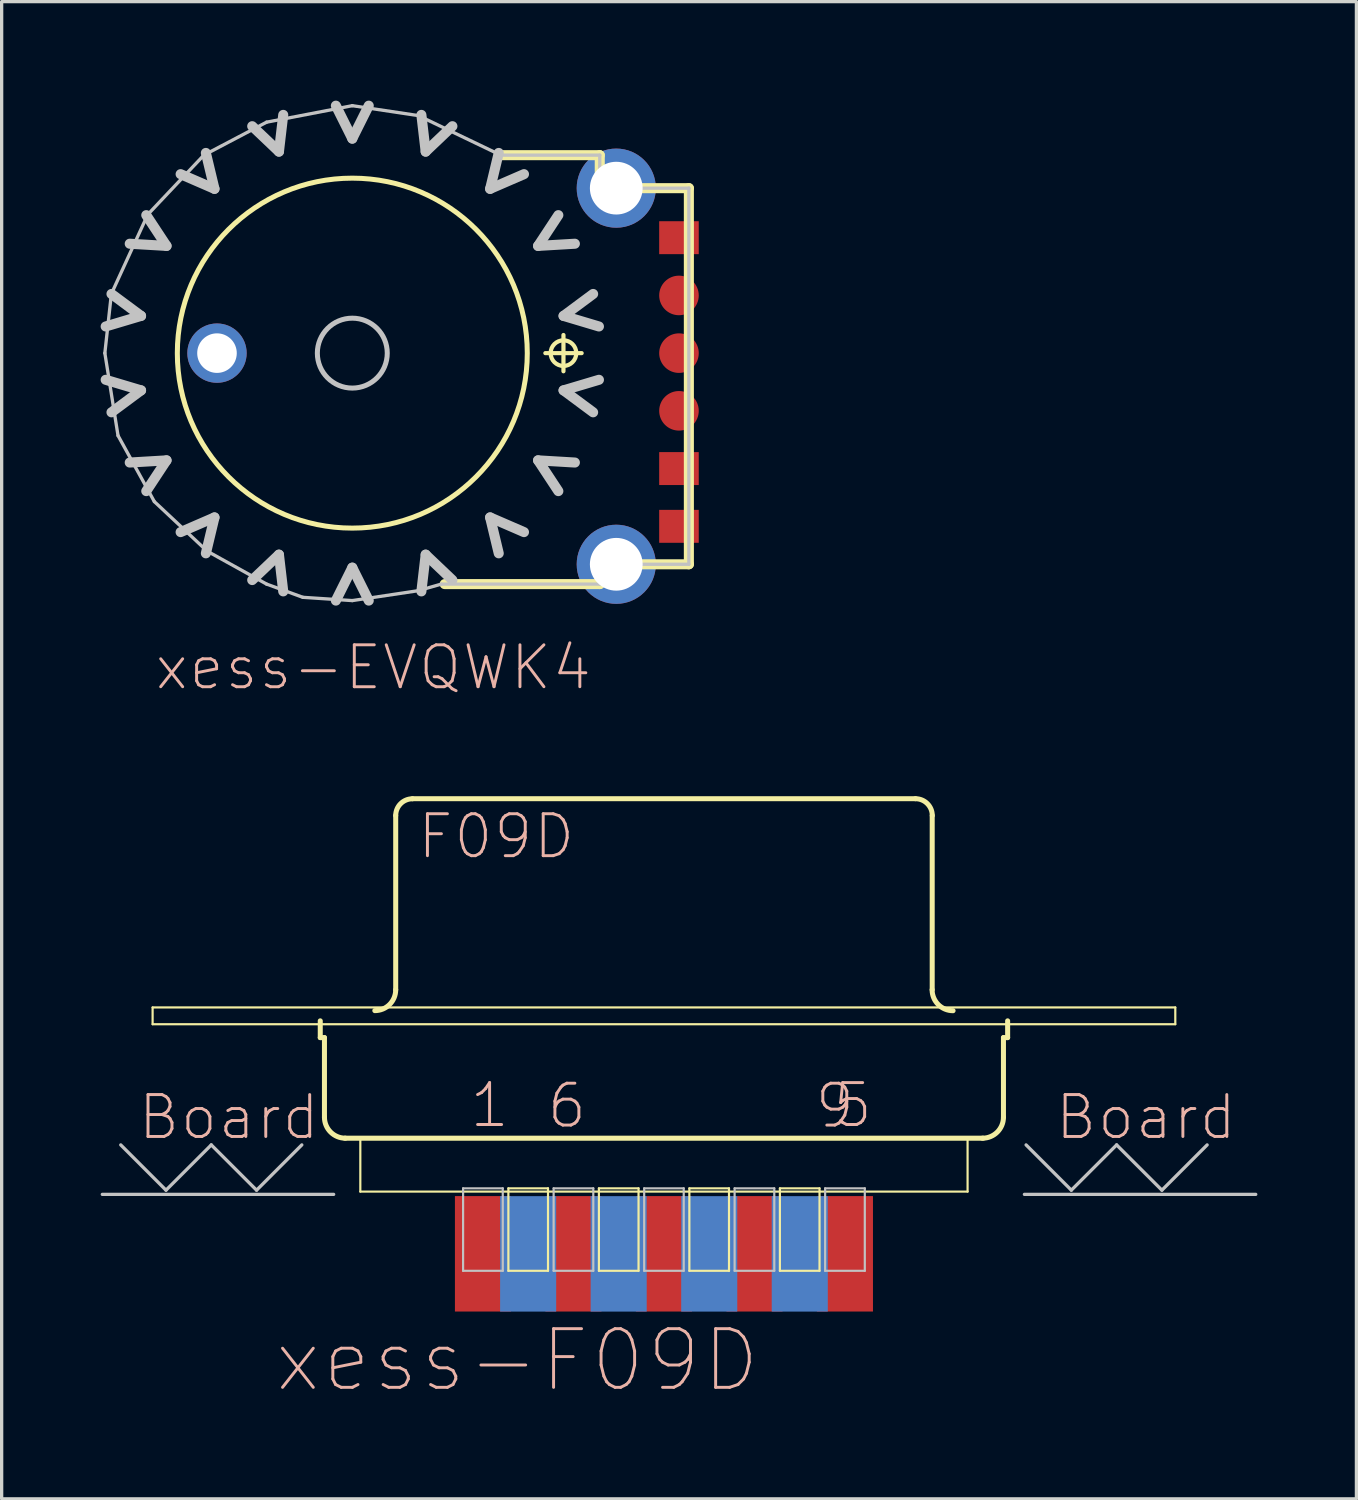
<source format=kicad_pcb>
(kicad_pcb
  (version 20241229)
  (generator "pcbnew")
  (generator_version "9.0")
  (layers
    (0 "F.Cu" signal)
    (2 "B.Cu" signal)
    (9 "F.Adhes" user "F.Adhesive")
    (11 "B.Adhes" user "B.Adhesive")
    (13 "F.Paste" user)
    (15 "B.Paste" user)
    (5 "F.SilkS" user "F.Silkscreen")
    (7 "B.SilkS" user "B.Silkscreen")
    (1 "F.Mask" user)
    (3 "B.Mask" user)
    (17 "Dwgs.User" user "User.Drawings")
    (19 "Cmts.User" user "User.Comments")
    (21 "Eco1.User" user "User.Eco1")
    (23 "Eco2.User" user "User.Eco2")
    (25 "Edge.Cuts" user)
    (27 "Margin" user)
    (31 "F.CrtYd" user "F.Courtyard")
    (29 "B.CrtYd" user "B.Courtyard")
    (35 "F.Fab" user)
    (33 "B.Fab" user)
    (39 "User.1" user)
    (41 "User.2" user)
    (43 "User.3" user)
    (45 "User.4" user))
  (footprint "xess-F09D"
    (layer "F.Cu")
    (at 17.068 28.898)
    (property "Reference" "xess-F09D" (at -4.445 9.271 0) (layer "B.SilkS") (effects (font (size 1.778 1.778) (thickness 0.089))))
    (attr smd)
    (fp_line (start -15.494 -1.422) (end 15.494 -1.422) (stroke (width 0.066) (type solid)) (layer "F.SilkS"))
    (fp_line (start -15.494 -0.914) (end -15.494 -1.422) (stroke (width 0.066) (type solid)) (layer "F.SilkS"))
    (fp_line (start -15.494 -0.914) (end 15.494 -0.914) (stroke (width 0.066) (type solid)) (layer "F.SilkS"))
    (fp_line (start -10.414 -0.508) (end -10.414 -1.016) (stroke (width 0.152) (type solid)) (layer "F.SilkS"))
    (fp_line (start -10.414 -0.508) (end -10.287 -0.508) (stroke (width 0.152) (type solid)) (layer "F.SilkS"))
    (fp_line (start -10.287 1.905) (end -10.287 -0.508) (stroke (width 0.152) (type solid)) (layer "F.SilkS"))
    (fp_line (start -9.67 2.54) (end 9.67 2.54) (stroke (width 0.152) (type solid)) (layer "F.SilkS"))
    (fp_line (start -9.2 2.558) (end 9.2 2.558) (stroke (width 0.066) (type solid)) (layer "F.SilkS"))
    (fp_line (start -9.2 4.158) (end -9.2 2.558) (stroke (width 0.066) (type solid)) (layer "F.SilkS"))
    (fp_line (start -9.2 4.158) (end 9.2 4.158) (stroke (width 0.066) (type solid)) (layer "F.SilkS"))
    (fp_line (start -8.128 -1.958) (end -8.128 -7.236) (stroke (width 0.152) (type solid)) (layer "F.SilkS"))
    (fp_line (start -7.62 -7.747) (end 7.62 -7.747) (stroke (width 0.152) (type solid)) (layer "F.SilkS"))
    (fp_line (start -4.714 4.059) (end -3.513 4.059) (stroke (width 0.066) (type solid)) (layer "F.SilkS"))
    (fp_line (start -4.714 6.558) (end -4.714 4.059) (stroke (width 0.066) (type solid)) (layer "F.SilkS"))
    (fp_line (start -4.714 6.558) (end -3.513 6.558) (stroke (width 0.066) (type solid)) (layer "F.SilkS"))
    (fp_line (start -3.513 6.558) (end -3.513 4.059) (stroke (width 0.066) (type solid)) (layer "F.SilkS"))
    (fp_line (start -1.971 4.059) (end -0.77 4.059) (stroke (width 0.066) (type solid)) (layer "F.SilkS"))
    (fp_line (start -1.971 6.558) (end -1.971 4.059) (stroke (width 0.066) (type solid)) (layer "F.SilkS"))
    (fp_line (start -1.971 6.558) (end -0.77 6.558) (stroke (width 0.066) (type solid)) (layer "F.SilkS"))
    (fp_line (start -0.77 6.558) (end -0.77 4.059) (stroke (width 0.066) (type solid)) (layer "F.SilkS"))
    (fp_line (start 0.77 4.059) (end 1.971 4.059) (stroke (width 0.066) (type solid)) (layer "F.SilkS"))
    (fp_line (start 0.77 6.558) (end 0.77 4.059) (stroke (width 0.066) (type solid)) (layer "F.SilkS"))
    (fp_line (start 0.77 6.558) (end 1.971 6.558) (stroke (width 0.066) (type solid)) (layer "F.SilkS"))
    (fp_line (start 1.971 6.558) (end 1.971 4.059) (stroke (width 0.066) (type solid)) (layer "F.SilkS"))
    (fp_line (start 3.513 4.059) (end 4.714 4.059) (stroke (width 0.066) (type solid)) (layer "F.SilkS"))
    (fp_line (start 3.513 6.558) (end 3.513 4.059) (stroke (width 0.066) (type solid)) (layer "F.SilkS"))
    (fp_line (start 3.513 6.558) (end 4.714 6.558) (stroke (width 0.066) (type solid)) (layer "F.SilkS"))
    (fp_line (start 4.714 6.558) (end 4.714 4.059) (stroke (width 0.066) (type solid)) (layer "F.SilkS"))
    (fp_line (start 8.128 -1.958) (end 8.128 -7.236) (stroke (width 0.152) (type solid)) (layer "F.SilkS"))
    (fp_line (start 9.2 4.158) (end 9.2 2.558) (stroke (width 0.066) (type solid)) (layer "F.SilkS"))
    (fp_line (start 10.287 -0.508) (end 10.414 -0.508) (stroke (width 0.152) (type solid)) (layer "F.SilkS"))
    (fp_line (start 10.287 1.905) (end 10.287 -0.508) (stroke (width 0.152) (type solid)) (layer "F.SilkS"))
    (fp_line (start 10.414 -0.508) (end 10.414 -1.016) (stroke (width 0.152) (type solid)) (layer "F.SilkS"))
    (fp_line (start 15.494 -0.914) (end 15.494 -1.422) (stroke (width 0.066) (type solid)) (layer "F.SilkS"))
    (fp_arc (start -9.652 2.54) (mid -10.101013 2.354013) (end -10.287 1.905) (stroke (width 0.1524) (type solid)) (layer "F.SilkS"))
    (fp_arc (start -8.128 -7.23646) (mid -7.97921 -7.59567) (end -7.62 -7.74446) (stroke (width 0.1524) (type solid)) (layer "F.SilkS"))
    (fp_arc (start -8.128 -1.95834) (mid -8.313243 -1.511123) (end -8.76046 -1.32588) (stroke (width 0.1524) (type solid)) (layer "F.SilkS"))
    (fp_arc (start 7.62 -7.747) (mid 7.981006 -7.597466) (end 8.13054 -7.23646) (stroke (width 0.1524) (type solid)) (layer "F.SilkS"))
    (fp_arc (start 8.76046 -1.32334) (mid 8.311447 -1.509327) (end 8.12546 -1.95834) (stroke (width 0.1524) (type solid)) (layer "F.SilkS"))
    (fp_arc (start 10.287 1.905) (mid 10.101013 2.354013) (end 9.652 2.54) (stroke (width 0.1524) (type solid)) (layer "F.SilkS"))
    (fp_line (start -17.018 4.242) (end -10.008 4.242) (stroke (width 0.1) (type solid)) (layer "Dwgs.User"))
    (fp_line (start -16.459 2.743) (end -15.088 4.115) (stroke (width 0.1) (type solid)) (layer "Dwgs.User"))
    (fp_line (start -15.088 4.115) (end -13.716 2.743) (stroke (width 0.1) (type solid)) (layer "Dwgs.User"))
    (fp_line (start -13.716 2.743) (end -12.344 4.115) (stroke (width 0.1) (type solid)) (layer "Dwgs.User"))
    (fp_line (start -12.344 4.115) (end -10.973 2.743) (stroke (width 0.1) (type solid)) (layer "Dwgs.User"))
    (fp_line (start -6.086 4.059) (end -4.884 4.059) (stroke (width 0.066) (type solid)) (layer "Dwgs.User"))
    (fp_line (start -6.086 6.558) (end -6.086 4.059) (stroke (width 0.066) (type solid)) (layer "Dwgs.User"))
    (fp_line (start -6.086 6.558) (end -4.884 6.558) (stroke (width 0.066) (type solid)) (layer "Dwgs.User"))
    (fp_line (start -4.884 6.558) (end -4.884 4.059) (stroke (width 0.066) (type solid)) (layer "Dwgs.User"))
    (fp_line (start -3.343 4.059) (end -2.141 4.059) (stroke (width 0.066) (type solid)) (layer "Dwgs.User"))
    (fp_line (start -3.343 6.558) (end -3.343 4.059) (stroke (width 0.066) (type solid)) (layer "Dwgs.User"))
    (fp_line (start -3.343 6.558) (end -2.141 6.558) (stroke (width 0.066) (type solid)) (layer "Dwgs.User"))
    (fp_line (start -2.141 6.558) (end -2.141 4.059) (stroke (width 0.066) (type solid)) (layer "Dwgs.User"))
    (fp_line (start -0.599 4.059) (end 0.599 4.059) (stroke (width 0.066) (type solid)) (layer "Dwgs.User"))
    (fp_line (start -0.599 6.558) (end -0.599 4.059) (stroke (width 0.066) (type solid)) (layer "Dwgs.User"))
    (fp_line (start -0.599 6.558) (end 0.599 6.558) (stroke (width 0.066) (type solid)) (layer "Dwgs.User"))
    (fp_line (start 0.599 6.558) (end 0.599 4.059) (stroke (width 0.066) (type solid)) (layer "Dwgs.User"))
    (fp_line (start 2.141 4.059) (end 3.343 4.059) (stroke (width 0.066) (type solid)) (layer "Dwgs.User"))
    (fp_line (start 2.141 6.558) (end 2.141 4.059) (stroke (width 0.066) (type solid)) (layer "Dwgs.User"))
    (fp_line (start 2.141 6.558) (end 3.343 6.558) (stroke (width 0.066) (type solid)) (layer "Dwgs.User"))
    (fp_line (start 3.343 6.558) (end 3.343 4.059) (stroke (width 0.066) (type solid)) (layer "Dwgs.User"))
    (fp_line (start 4.884 4.059) (end 6.086 4.059) (stroke (width 0.066) (type solid)) (layer "Dwgs.User"))
    (fp_line (start 4.884 6.558) (end 4.884 4.059) (stroke (width 0.066) (type solid)) (layer "Dwgs.User"))
    (fp_line (start 4.884 6.558) (end 6.086 6.558) (stroke (width 0.066) (type solid)) (layer "Dwgs.User"))
    (fp_line (start 6.086 6.558) (end 6.086 4.059) (stroke (width 0.066) (type solid)) (layer "Dwgs.User"))
    (fp_line (start 10.922 4.242) (end 17.932 4.242) (stroke (width 0.1) (type solid)) (layer "Dwgs.User"))
    (fp_line (start 10.973 2.743) (end 12.344 4.115) (stroke (width 0.1) (type solid)) (layer "Dwgs.User"))
    (fp_line (start 12.344 4.115) (end 13.716 2.743) (stroke (width 0.1) (type solid)) (layer "Dwgs.User"))
    (fp_line (start 13.716 2.743) (end 15.088 4.115) (stroke (width 0.1) (type solid)) (layer "Dwgs.User"))
    (fp_line (start 15.088 4.115) (end 16.459 2.743) (stroke (width 0.1) (type solid)) (layer "Dwgs.User"))
    (fp_text user "Board" (at 14.605 1.905 0) (layer "B.SilkS") (effects (font (size 1.27 1.27) (thickness 0.089))))
    (fp_text user "9" (at 5.177 1.56 0) (layer "B.SilkS") (effects (font (size 1.27 1.27) (thickness 0.089))))
    (fp_text user "Board " (at -12.7 1.905 0) (layer "B.SilkS") (effects (font (size 1.27 1.27) (thickness 0.089))))
    (fp_text user "1" (at -5.283 1.542 0) (layer "B.SilkS") (effects (font (size 1.27 1.27) (thickness 0.089))))
    (fp_text user "F09D" (at -5.08 -6.604 0) (layer "B.SilkS") (effects (font (size 1.27 1.27) (thickness 0.089))))
    (fp_text user "6" (at -2.941 1.56 0) (layer "B.SilkS") (effects (font (size 1.27 1.27) (thickness 0.089))))
    (fp_text user "5" (at 5.718 1.542 0) (layer "B.SilkS") (effects (font (size 1.27 1.27) (thickness 0.089))))
    (pad "1" smd rect (at -5.484 6.043) (size 1.699 3.498) (layers "F.Cu" "F.Mask" "F.Paste"))
    (pad "2" smd rect (at -2.743 6.043) (size 1.699 3.498) (layers "F.Cu" "F.Mask" "F.Paste"))
    (pad "3" smd rect (at 0 6.043) (size 1.699 3.498) (layers "F.Cu" "F.Mask" "F.Paste"))
    (pad "4" smd rect (at 2.743 6.043) (size 1.699 3.498) (layers "F.Cu" "F.Mask" "F.Paste"))
    (pad "5" smd rect (at 5.484 6.043) (size 1.699 3.498) (layers "F.Cu" "F.Mask" "F.Paste"))
    (pad "6" smd rect (at -4.115 6.045) (size 1.699 3.498) (layers "B.Cu" "B.Mask" "B.Paste"))
    (pad "7" smd rect (at -1.372 6.045) (size 1.699 3.498) (layers "B.Cu" "B.Mask" "B.Paste"))
    (pad "8" smd rect (at 1.372 6.045) (size 1.699 3.498) (layers "B.Cu" "B.Mask" "B.Paste"))
    (pad "9" smd rect (at 4.115 6.045) (size 1.699 3.498) (layers "B.Cu" "B.Mask" "B.Paste")))
  (footprint "xess-EVQWK4"
    (layer "F.Cu")
    (at 7.625 7.65)
    (property "Reference" "xess-EVQWK4" (at 0.635 9.525 0) (layer "B.SilkS") (effects (font (size 1.27 1.27) (thickness 0.089))))
    (attr smd)
    (fp_line (start 4.498 -5.999) (end 7.498 -5.999) (stroke (width 0.305) (type solid)) (layer "F.SilkS"))
    (fp_line (start 5.85 0) (end 6.949 0) (stroke (width 0.127) (type solid)) (layer "F.SilkS"))
    (fp_line (start 6.398 0.549) (end 6.398 -0.549) (stroke (width 0.127) (type solid)) (layer "F.SilkS"))
    (fp_line (start 7.498 -5.999) (end 7.498 -4.999) (stroke (width 0.305) (type solid)) (layer "F.SilkS"))
    (fp_line (start 7.498 -4.999) (end 10.198 -4.999) (stroke (width 0.305) (type solid)) (layer "F.SilkS"))
    (fp_line (start 7.498 6.398) (end 7.498 6.998) (stroke (width 0.305) (type solid)) (layer "F.SilkS"))
    (fp_line (start 7.498 6.998) (end 2.799 6.998) (stroke (width 0.305) (type solid)) (layer "F.SilkS"))
    (fp_line (start 10.198 -4.999) (end 10.198 6.398) (stroke (width 0.305) (type solid)) (layer "F.SilkS"))
    (fp_line (start 10.198 6.398) (end 7.498 6.398) (stroke (width 0.305) (type solid)) (layer "F.SilkS"))
    (fp_circle (center 0 0) (end -3.749 3.749) (stroke (width 0.152) (type solid)) (fill no) (layer "F.SilkS"))
    (fp_circle (center 6.398 0) (end 6.673 0.274) (stroke (width 0.127) (type solid)) (fill no) (layer "F.SilkS"))
    (fp_line (start -7.498 0) (end -7.099 2.499) (stroke (width 0.1) (type solid)) (layer "Dwgs.User"))
    (fp_line (start -7.473 -0.808) (end -6.401 -1.128) (stroke (width 0.305) (type solid)) (layer "Dwgs.User"))
    (fp_line (start -7.3 -1.798) (end -7.498 0) (stroke (width 0.1) (type solid)) (layer "Dwgs.User"))
    (fp_line (start -7.297 1.793) (end -6.401 1.128) (stroke (width 0.305) (type solid)) (layer "Dwgs.User"))
    (fp_line (start -7.099 2.499) (end -5.999 4.498) (stroke (width 0.1) (type solid)) (layer "Dwgs.User"))
    (fp_line (start -6.744 -3.315) (end -5.629 -3.249) (stroke (width 0.305) (type solid)) (layer "Dwgs.User"))
    (fp_line (start -6.401 -1.128) (end -7.297 -1.793) (stroke (width 0.305) (type solid)) (layer "Dwgs.User"))
    (fp_line (start -6.401 1.128) (end -7.473 0.808) (stroke (width 0.305) (type solid)) (layer "Dwgs.User"))
    (fp_line (start -6.243 4.181) (end -5.629 3.249) (stroke (width 0.305) (type solid)) (layer "Dwgs.User"))
    (fp_line (start -6.198 -4.199) (end -7.3 -1.798) (stroke (width 0.1) (type solid)) (layer "Dwgs.User"))
    (fp_line (start -5.999 4.498) (end -4.399 5.999) (stroke (width 0.1) (type solid)) (layer "Dwgs.User"))
    (fp_line (start -5.629 -3.249) (end -6.243 -4.181) (stroke (width 0.305) (type solid)) (layer "Dwgs.User"))
    (fp_line (start -5.629 3.249) (end -6.744 3.315) (stroke (width 0.305) (type solid)) (layer "Dwgs.User"))
    (fp_line (start -5.202 -5.423) (end -4.176 -4.978) (stroke (width 0.305) (type solid)) (layer "Dwgs.User"))
    (fp_line (start -4.498 -5.999) (end -6.198 -4.199) (stroke (width 0.1) (type solid)) (layer "Dwgs.User"))
    (fp_line (start -4.437 6.066) (end -4.176 4.978) (stroke (width 0.305) (type solid)) (layer "Dwgs.User"))
    (fp_line (start -4.399 5.999) (end -2.598 6.998) (stroke (width 0.1) (type solid)) (layer "Dwgs.User"))
    (fp_line (start -4.176 -4.978) (end -4.437 -6.066) (stroke (width 0.305) (type solid)) (layer "Dwgs.User"))
    (fp_line (start -4.176 4.978) (end -5.202 5.423) (stroke (width 0.305) (type solid)) (layer "Dwgs.User"))
    (fp_line (start -3.033 -6.876) (end -2.223 -6.106) (stroke (width 0.305) (type solid)) (layer "Dwgs.User"))
    (fp_line (start -2.598 -6.998) (end -4.498 -5.999) (stroke (width 0.1) (type solid)) (layer "Dwgs.User"))
    (fp_line (start -2.598 6.998) (end -1.499 7.399) (stroke (width 0.1) (type solid)) (layer "Dwgs.User"))
    (fp_line (start -2.223 -6.106) (end -2.093 -7.219) (stroke (width 0.305) (type solid)) (layer "Dwgs.User"))
    (fp_line (start -2.223 6.106) (end -3.033 6.876) (stroke (width 0.305) (type solid)) (layer "Dwgs.User"))
    (fp_line (start -2.093 7.219) (end -2.223 6.106) (stroke (width 0.305) (type solid)) (layer "Dwgs.User"))
    (fp_line (start -1.499 7.399) (end 0 7.498) (stroke (width 0.1) (type solid)) (layer "Dwgs.User"))
    (fp_line (start -0.498 -7.498) (end 0 -6.5) (stroke (width 0.305) (type solid)) (layer "Dwgs.User"))
    (fp_line (start 0 -7.498) (end -2.598 -6.998) (stroke (width 0.1) (type solid)) (layer "Dwgs.User"))
    (fp_line (start 0 -6.5) (end 0.498 -7.498) (stroke (width 0.305) (type solid)) (layer "Dwgs.User"))
    (fp_line (start 0 6.5) (end -0.498 7.498) (stroke (width 0.305) (type solid)) (layer "Dwgs.User"))
    (fp_line (start 0 7.498) (end 1.999 7.198) (stroke (width 0.1) (type solid)) (layer "Dwgs.User"))
    (fp_line (start 0.498 7.498) (end 0 6.5) (stroke (width 0.305) (type solid)) (layer "Dwgs.User"))
    (fp_line (start 1.999 -7.198) (end 0 -7.498) (stroke (width 0.1) (type solid)) (layer "Dwgs.User"))
    (fp_line (start 1.999 7.198) (end 2.697 6.998) (stroke (width 0.1) (type solid)) (layer "Dwgs.User"))
    (fp_line (start 2.093 -7.219) (end 2.223 -6.106) (stroke (width 0.305) (type solid)) (layer "Dwgs.User"))
    (fp_line (start 2.223 -6.106) (end 3.033 -6.876) (stroke (width 0.305) (type solid)) (layer "Dwgs.User"))
    (fp_line (start 2.223 6.106) (end 2.093 7.219) (stroke (width 0.305) (type solid)) (layer "Dwgs.User"))
    (fp_line (start 2.697 6.998) (end 7.498 6.998) (stroke (width 0.1) (type solid)) (layer "Dwgs.User"))
    (fp_line (start 3.033 6.876) (end 2.223 6.106) (stroke (width 0.305) (type solid)) (layer "Dwgs.User"))
    (fp_line (start 4.176 -4.978) (end 5.202 -5.423) (stroke (width 0.305) (type solid)) (layer "Dwgs.User"))
    (fp_line (start 4.176 4.978) (end 4.437 6.066) (stroke (width 0.305) (type solid)) (layer "Dwgs.User"))
    (fp_line (start 4.437 -6.066) (end 4.176 -4.978) (stroke (width 0.305) (type solid)) (layer "Dwgs.User"))
    (fp_line (start 4.498 -5.999) (end 1.999 -7.198) (stroke (width 0.1) (type solid)) (layer "Dwgs.User"))
    (fp_line (start 5.202 5.423) (end 4.176 4.978) (stroke (width 0.305) (type solid)) (layer "Dwgs.User"))
    (fp_line (start 5.629 -3.249) (end 6.744 -3.315) (stroke (width 0.305) (type solid)) (layer "Dwgs.User"))
    (fp_line (start 5.629 3.249) (end 6.243 4.181) (stroke (width 0.305) (type solid)) (layer "Dwgs.User"))
    (fp_line (start 6.243 -4.181) (end 5.629 -3.249) (stroke (width 0.305) (type solid)) (layer "Dwgs.User"))
    (fp_line (start 6.401 -1.128) (end 7.473 -0.808) (stroke (width 0.305) (type solid)) (layer "Dwgs.User"))
    (fp_line (start 6.401 1.128) (end 7.297 1.793) (stroke (width 0.305) (type solid)) (layer "Dwgs.User"))
    (fp_line (start 6.744 3.315) (end 5.629 3.249) (stroke (width 0.305) (type solid)) (layer "Dwgs.User"))
    (fp_line (start 7.297 -1.793) (end 6.401 -1.128) (stroke (width 0.305) (type solid)) (layer "Dwgs.User"))
    (fp_line (start 7.473 0.808) (end 6.401 1.128) (stroke (width 0.305) (type solid)) (layer "Dwgs.User"))
    (fp_line (start 7.498 -5.999) (end 4.498 -5.999) (stroke (width 0.1) (type solid)) (layer "Dwgs.User"))
    (fp_line (start 7.498 -4.999) (end 7.498 -5.999) (stroke (width 0.1) (type solid)) (layer "Dwgs.User"))
    (fp_line (start 7.498 6.398) (end 10.198 6.398) (stroke (width 0.1) (type solid)) (layer "Dwgs.User"))
    (fp_line (start 7.498 6.998) (end 7.498 6.398) (stroke (width 0.1) (type solid)) (layer "Dwgs.User"))
    (fp_line (start 10.198 -4.999) (end 7.498 -4.999) (stroke (width 0.1) (type solid)) (layer "Dwgs.User"))
    (fp_line (start 10.198 6.398) (end 10.198 -4.999) (stroke (width 0.1) (type solid)) (layer "Dwgs.User"))
    (fp_circle (center 0 0) (end -0.749 0.749) (stroke (width 0.152) (type solid)) (fill no) (layer "Dwgs.User"))
    (pad "A" smd rect (at 9.898 5.248) (size 1.199 0.998) (layers "F.Cu" "F.Mask" "F.Paste"))
    (pad "B" smd rect (at 9.898 -3.498) (size 1.199 0.998) (layers "F.Cu" "F.Mask" "F.Paste"))
    (pad "COM" smd rect (at 9.898 3.498) (size 1.199 0.998) (layers "F.Cu" "F.Mask" "F.Paste"))
    (pad "ESD_" thru_hole circle (at -4.1 0) (size 1.798 1.798) (drill 1.199) (layers "*.Cu" "*.Mask"))
    (pad "NC1" thru_hole circle (at 7.998 -4.999) (size 2.398 2.398) (drill 1.598) (layers "*.Cu" "*.Mask"))
    (pad "NC2" thru_hole circle (at 7.998 6.398) (size 2.398 2.398) (drill 1.598) (layers "*.Cu" "*.Mask"))
    (pad "SW1A" smd circle (at 9.898 -1.748) (size 1.199 1.199) (layers "F.Cu" "F.Mask" "F.Paste"))
    (pad "SW1B" smd circle (at 9.898 1.748) (size 1.199 1.199) (layers "F.Cu" "F.Mask" "F.Paste"))
    (pad "SW2" smd circle (at 9.898 0) (size 1.199 1.199) (layers "F.Cu" "F.Mask" "F.Paste")))
  (gr_rect
    (start -3 -3)
    (end 38.05 42.365)
    (stroke (width 0.1) (type default))
    (fill no)
    (layer "Edge.Cuts")))
</source>
